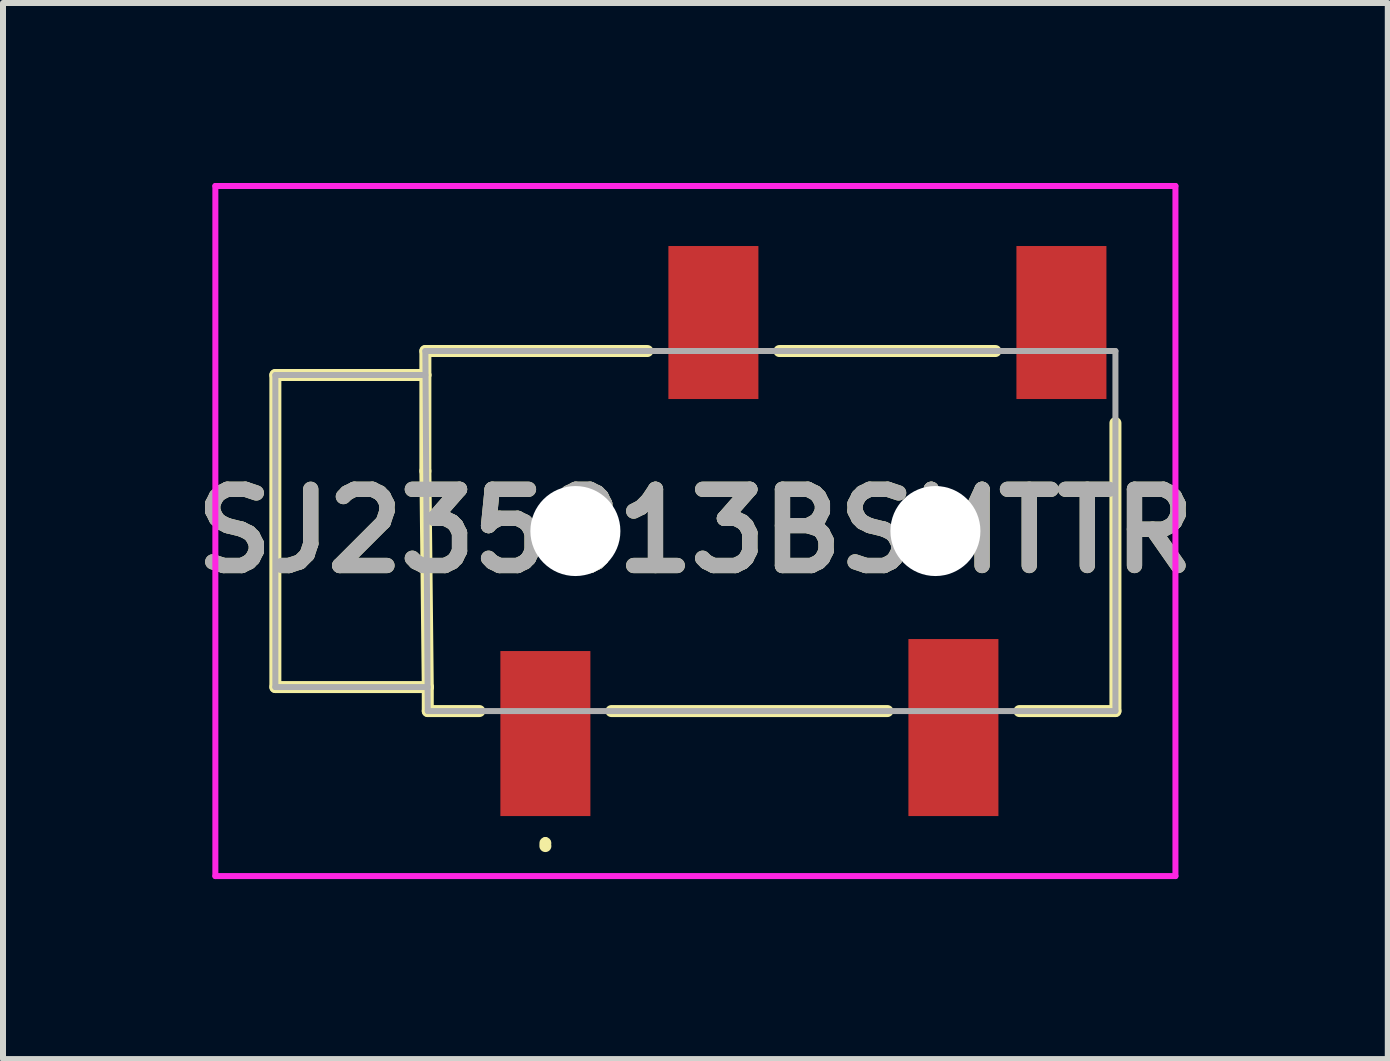
<source format=kicad_pcb>
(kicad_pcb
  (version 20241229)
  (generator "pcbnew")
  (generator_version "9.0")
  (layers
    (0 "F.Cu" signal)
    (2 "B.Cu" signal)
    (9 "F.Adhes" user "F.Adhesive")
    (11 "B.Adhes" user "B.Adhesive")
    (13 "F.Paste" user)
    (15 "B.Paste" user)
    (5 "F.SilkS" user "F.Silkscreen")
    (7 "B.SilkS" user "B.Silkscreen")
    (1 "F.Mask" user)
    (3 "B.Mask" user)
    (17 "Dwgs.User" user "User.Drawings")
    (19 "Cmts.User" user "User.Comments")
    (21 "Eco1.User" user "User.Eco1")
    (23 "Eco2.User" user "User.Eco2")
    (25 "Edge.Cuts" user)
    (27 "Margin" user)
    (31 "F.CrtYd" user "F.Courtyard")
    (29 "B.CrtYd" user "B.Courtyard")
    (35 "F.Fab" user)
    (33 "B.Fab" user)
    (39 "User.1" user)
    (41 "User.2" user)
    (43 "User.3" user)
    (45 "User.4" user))
  (footprint "SJ235813BSMTTR"
    (layer "F.Cu")
    (at 8.539 5.75)
    (property "Reference" "SJ235813BSMTTR" (at 0 0.05 0) (layer "F.SilkS") (effects (font (size 1.27 1.27) (thickness 0.254))))
    (attr through_hole)
    (fp_line (start -7 -2.55) (end -7 2.65) (stroke (width 0.2) (type solid)) (layer "F.SilkS"))
    (fp_line (start -7 2.65) (end -4.46 2.65) (stroke (width 0.2) (type solid)) (layer "F.SilkS"))
    (fp_line (start -4.5 -2.95) (end -0.8 -2.95) (stroke (width 0.2) (type solid)) (layer "F.SilkS"))
    (fp_line (start -4.5 -2.55) (end -7 -2.55) (stroke (width 0.2) (type solid)) (layer "F.SilkS"))
    (fp_line (start -4.5 -2.55) (end -4.5 -2.95) (stroke (width 0.2) (type solid)) (layer "F.SilkS"))
    (fp_line (start -4.5 -0.95) (end -4.5 -2.55) (stroke (width 0.2) (type solid)) (layer "F.SilkS"))
    (fp_line (start -4.46 2.65) (end -4.5 -0.95) (stroke (width 0.2) (type solid)) (layer "F.SilkS"))
    (fp_line (start -4.46 2.65) (end -4.46 3.05) (stroke (width 0.2) (type solid)) (layer "F.SilkS"))
    (fp_line (start -4.46 3.05) (end -3.6 3.05) (stroke (width 0.2) (type solid)) (layer "F.SilkS"))
    (fp_line (start -2.5 5.2) (end -2.5 5.2) (stroke (width 0.1) (type solid)) (layer "F.SilkS"))
    (fp_line (start -2.5 5.3) (end -2.5 5.3) (stroke (width 0.1) (type solid)) (layer "F.SilkS"))
    (fp_line (start -2.5 5.3) (end -2.5 5.3) (stroke (width 0.2) (type solid)) (layer "F.SilkS"))
    (fp_line (start -1.4 3.05) (end 3.2 3.05) (stroke (width 0.2) (type solid)) (layer "F.SilkS"))
    (fp_line (start 5 -2.95) (end 1.4 -2.95) (stroke (width 0.2) (type solid)) (layer "F.SilkS"))
    (fp_line (start 5.4 3.05) (end 7 3.05) (stroke (width 0.2) (type solid)) (layer "F.SilkS"))
    (fp_line (start 7 3.05) (end 7 -1.75) (stroke (width 0.2) (type solid)) (layer "F.SilkS"))
    (fp_arc (start -2.5 5.2) (mid -2.45 5.25) (end -2.5 5.3) (stroke (width 0.1) (type solid)) (layer "F.SilkS"))
    (fp_arc (start -2.5 5.3) (mid -2.55 5.25) (end -2.5 5.2) (stroke (width 0.1) (type solid)) (layer "F.SilkS"))
    (fp_line (start -8 -5.7) (end 8 -5.7) (stroke (width 0.1) (type solid)) (layer "F.CrtYd"))
    (fp_line (start -8 5.8) (end -8 -5.7) (stroke (width 0.1) (type solid)) (layer "F.CrtYd"))
    (fp_line (start 8 -5.7) (end 8 5.8) (stroke (width 0.1) (type solid)) (layer "F.CrtYd"))
    (fp_line (start 8 5.8) (end -8 5.8) (stroke (width 0.1) (type solid)) (layer "F.CrtYd"))
    (fp_line (start -7 -2.55) (end -7 2.65) (stroke (width 0.1) (type solid)) (layer "F.Fab"))
    (fp_line (start -7 2.65) (end -4.46 2.65) (stroke (width 0.1) (type solid)) (layer "F.Fab"))
    (fp_line (start -4.5 -2.95) (end -4.46 3.05) (stroke (width 0.1) (type solid)) (layer "F.Fab"))
    (fp_line (start -4.5 -2.55) (end -7 -2.55) (stroke (width 0.1) (type solid)) (layer "F.Fab"))
    (fp_line (start -4.46 3.05) (end 7 3.05) (stroke (width 0.1) (type solid)) (layer "F.Fab"))
    (fp_line (start -2 -2.95) (end -4.5 -2.95) (stroke (width 0.1) (type solid)) (layer "F.Fab"))
    (fp_line (start 7 -2.95) (end -2 -2.95) (stroke (width 0.1) (type solid)) (layer "F.Fab"))
    (fp_line (start 7 3.05) (end 7 -2.95) (stroke (width 0.1) (type solid)) (layer "F.Fab"))
    (fp_text user "${REFERENCE}" (at 0 0.05 0) (layer "F.Fab") (effects (font (size 1.27 1.27) (thickness 0.254))))
    (pad "" np_thru_hole circle (at -2 0.05) (size 1.5 1.5) (drill 1.5) (layers "*.Cu" "*.Mask"))
    (pad "" np_thru_hole circle (at 4 0.05) (size 1.5 1.5) (drill 1.5) (layers "*.Cu" "*.Mask"))
    (pad "1" smd rect (at -2.5 3.425) (size 1.5 2.75) (layers "F.Cu" "F.Mask" "F.Paste"))
    (pad "2" smd rect (at 4.3 3.325) (size 1.5 2.95) (layers "F.Cu" "F.Mask" "F.Paste"))
    (pad "3" smd rect (at 0.3 -3.425) (size 1.5 2.55) (layers "F.Cu" "F.Mask" "F.Paste"))
    (pad "10" smd rect (at 6.1 -3.425) (size 1.5 2.55) (layers "F.Cu" "F.Mask" "F.Paste")))
  (gr_rect
    (start -3 -3)
    (end 20.078 14.6)
    (stroke (width 0.1) (type default))
    (fill no)
    (layer "Edge.Cuts")))
</source>
